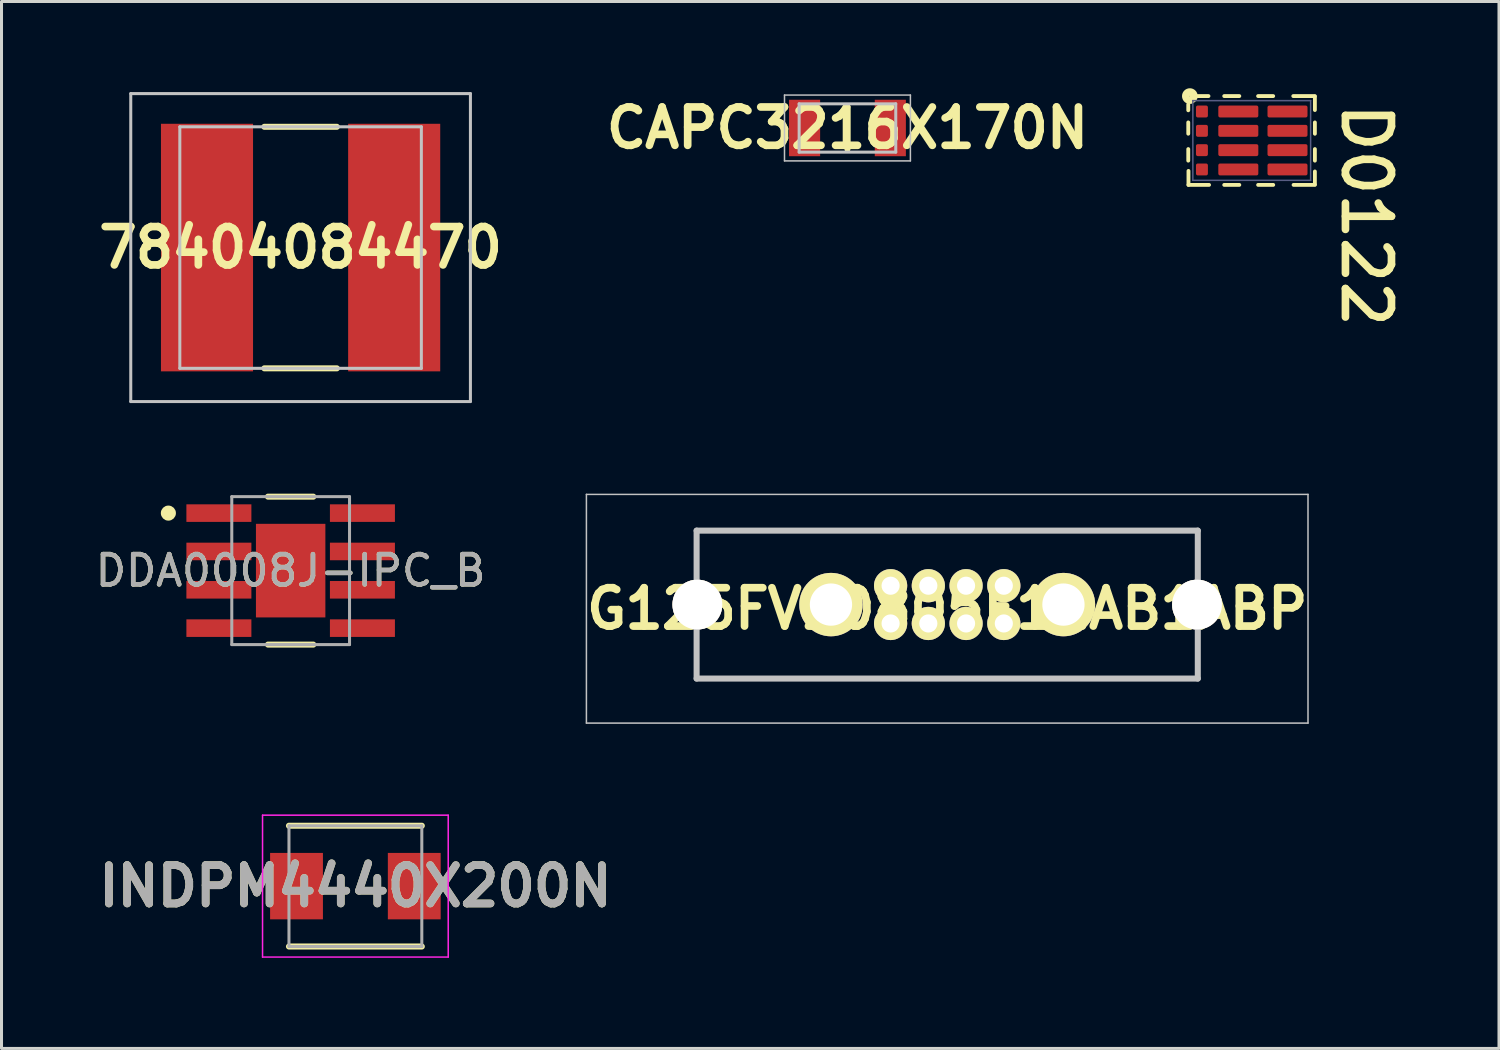
<source format=kicad_pcb>
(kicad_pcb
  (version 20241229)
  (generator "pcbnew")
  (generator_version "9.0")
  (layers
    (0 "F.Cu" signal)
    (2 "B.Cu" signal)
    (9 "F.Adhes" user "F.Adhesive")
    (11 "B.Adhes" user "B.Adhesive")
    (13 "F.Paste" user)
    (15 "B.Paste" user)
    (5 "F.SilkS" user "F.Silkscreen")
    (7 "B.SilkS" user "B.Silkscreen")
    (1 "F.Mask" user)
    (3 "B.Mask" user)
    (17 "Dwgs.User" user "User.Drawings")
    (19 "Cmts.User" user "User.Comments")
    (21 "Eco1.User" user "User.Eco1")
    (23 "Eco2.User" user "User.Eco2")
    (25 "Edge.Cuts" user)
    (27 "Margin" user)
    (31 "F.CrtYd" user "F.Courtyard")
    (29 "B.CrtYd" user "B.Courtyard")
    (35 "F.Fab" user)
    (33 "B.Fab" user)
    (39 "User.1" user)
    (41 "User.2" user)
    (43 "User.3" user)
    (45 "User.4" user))
  (footprint "DDA0008J-IPC_B"
    (layer "F.Cu")
    (at 6.577 15.85)
    (property "Reference" "DDA0008J-IPC_B" (at 0 0 0) (unlocked yes) (layer "F.SilkS") (effects (font (size 1 1) (thickness 0.15))))
    (attr smd)
    (fp_line (start -0.75 -2.45) (end 0.75 -2.45) (stroke (width 0.2) (type solid)) (layer "F.SilkS"))
    (fp_line (start -0.75 2.45) (end 0.75 2.45) (stroke (width 0.2) (type solid)) (layer "F.SilkS"))
    (fp_circle (center -4.05 -1.905) (end -3.925 -1.905) (stroke (width 0.25) (type solid)) (fill no) (layer "F.SilkS"))
    (fp_poly (pts (xy -0.668 1.068) (xy 0.668 1.068) (xy 0.668 -1.068) (xy -0.668 -1.068)) (stroke (width 0) (type solid)) (fill yes) (layer "F.Paste"))
    (fp_line (start -1.95 -2.45) (end 1.95 -2.45) (stroke (width 0.1) (type solid)) (layer "F.Fab"))
    (fp_line (start -1.95 2.45) (end -1.95 -2.45) (stroke (width 0.1) (type solid)) (layer "F.Fab"))
    (fp_line (start -1.95 2.45) (end 1.95 2.45) (stroke (width 0.1) (type solid)) (layer "F.Fab"))
    (fp_line (start 1.95 2.45) (end 1.95 -2.45) (stroke (width 0.1) (type solid)) (layer "F.Fab"))
    (fp_text user "${REFERENCE}" (at 0 0 0) (unlocked yes) (layer "F.Fab") (effects (font (size 1 1) (thickness 0.15))))
    (pad "1" smd rect (at -2.377 -1.905) (size 2.153 0.582) (layers "F.Cu" "F.Mask" "F.Paste"))
    (pad "2" smd rect (at -2.377 -0.635) (size 2.153 0.582) (layers "F.Cu" "F.Mask" "F.Paste"))
    (pad "3" smd rect (at -2.377 0.635) (size 2.153 0.582) (layers "F.Cu" "F.Mask" "F.Paste"))
    (pad "4" smd rect (at -2.377 1.905) (size 2.153 0.582) (layers "F.Cu" "F.Mask" "F.Paste"))
    (pad "5" smd rect (at 2.377 1.905) (size 2.153 0.582) (layers "F.Cu" "F.Mask" "F.Paste"))
    (pad "6" smd rect (at 2.377 0.635) (size 2.153 0.582) (layers "F.Cu" "F.Mask" "F.Paste"))
    (pad "7" smd rect (at 2.377 -0.635) (size 2.153 0.582) (layers "F.Cu" "F.Mask" "F.Paste"))
    (pad "8" smd rect (at 2.377 -1.905) (size 2.153 0.582) (layers "F.Cu" "F.Mask" "F.Paste"))
    (pad "9" smd rect (at 0 0) (size 2.3 3.1) (layers "F.Cu" "F.Mask")))
  (footprint "78404084470"
    (layer "F.Cu")
    (at 6.906 5.15)
    (property "Reference" "78404084470" (at 0 0 0) (layer "F.SilkS") (effects (font (size 1.27 1.27) (thickness 0.254))))
    (attr smd)
    (fp_line (start -5.1 0) (end -5.1 0) (stroke (width 0.1) (type solid)) (layer "F.SilkS"))
    (fp_line (start -5 0) (end -5 0) (stroke (width 0.1) (type solid)) (layer "F.SilkS"))
    (fp_line (start -1.2 -4) (end 1.2 -4) (stroke (width 0.2) (type solid)) (layer "F.SilkS"))
    (fp_line (start -1.2 4) (end 1.2 4) (stroke (width 0.2) (type solid)) (layer "F.SilkS"))
    (fp_arc (start -5.1 0) (mid -5.05 -0.05) (end -5 0) (stroke (width 0.1) (type solid)) (layer "F.SilkS"))
    (fp_arc (start -5 0) (mid -5.05 0.05) (end -5.1 0) (stroke (width 0.1) (type solid)) (layer "F.SilkS"))
    (fp_line (start -5.625 -5.1) (end 5.625 -5.1) (stroke (width 0.1) (type solid)) (layer "Dwgs.User"))
    (fp_line (start -5.625 5.1) (end -5.625 -5.1) (stroke (width 0.1) (type solid)) (layer "Dwgs.User"))
    (fp_line (start -4 -4) (end -4 4) (stroke (width 0.1) (type solid)) (layer "Dwgs.User"))
    (fp_line (start -4 4) (end 4 4) (stroke (width 0.1) (type solid)) (layer "Dwgs.User"))
    (fp_line (start 4 -4) (end -4 -4) (stroke (width 0.1) (type solid)) (layer "Dwgs.User"))
    (fp_line (start 4 4) (end 4 -4) (stroke (width 0.1) (type solid)) (layer "Dwgs.User"))
    (fp_line (start 5.625 -5.1) (end 5.625 5.1) (stroke (width 0.1) (type solid)) (layer "Dwgs.User"))
    (fp_line (start 5.625 5.1) (end -5.625 5.1) (stroke (width 0.1) (type solid)) (layer "Dwgs.User"))
    (pad "1" smd rect (at -3.1 0) (size 3.05 8.2) (layers "F.Cu" "F.Mask" "F.Paste"))
    (pad "2" smd rect (at 3.1 0) (size 3.05 8.2) (layers "F.Cu" "F.Mask" "F.Paste")))
  (footprint "D0122"
    (layer "F.Cu")
    (at 38.177 1.603)
    (property "Reference" "D0122" (at 3.137 -1.359 270) (unlocked yes) (layer "F.SilkS") (effects (font (size 1.524 1.524) (thickness 0.254)) (justify left bottom)))
    (attr smd)
    (fp_poly (pts (xy -1.312 -0.855) (xy -1.312 -1.065) (xy -1.522 -1.065) (xy -1.522 -0.855)) (stroke (width 0.09) (type solid)) (fill yes) (layer "F.Mask"))
    (fp_poly (pts (xy -1.312 -0.215) (xy -1.312 -0.425) (xy -1.522 -0.425) (xy -1.522 -0.215)) (stroke (width 0.09) (type solid)) (fill yes) (layer "F.Mask"))
    (fp_poly (pts (xy -1.312 0.425) (xy -1.312 0.215) (xy -1.522 0.215) (xy -1.522 0.425)) (stroke (width 0.09) (type solid)) (fill yes) (layer "F.Mask"))
    (fp_poly (pts (xy -1.312 1.065) (xy -1.312 0.855) (xy -1.522 0.855) (xy -1.522 1.065)) (stroke (width 0.09) (type solid)) (fill yes) (layer "F.Mask"))
    (fp_poly (pts (xy 0.357 -0.855) (xy 0.357 -1.065) (xy -0.782 -1.065) (xy -0.782 -0.855)) (stroke (width 0.09) (type solid)) (fill yes) (layer "F.Mask"))
    (fp_poly (pts (xy 0.357 -0.215) (xy 0.357 -0.425) (xy -0.782 -0.425) (xy -0.782 -0.215)) (stroke (width 0.09) (type solid)) (fill yes) (layer "F.Mask"))
    (fp_poly (pts (xy 0.357 0.425) (xy 0.357 0.215) (xy -0.782 0.215) (xy -0.782 0.425)) (stroke (width 0.09) (type solid)) (fill yes) (layer "F.Mask"))
    (fp_poly (pts (xy 0.357 1.065) (xy 0.357 0.855) (xy -0.782 0.855) (xy -0.782 1.065)) (stroke (width 0.09) (type solid)) (fill yes) (layer "F.Mask"))
    (fp_poly (pts (xy 1.988 -0.855) (xy 1.988 -1.065) (xy 0.848 -1.065) (xy 0.848 -0.855)) (stroke (width 0.09) (type solid)) (fill yes) (layer "F.Mask"))
    (fp_poly (pts (xy 1.988 -0.215) (xy 1.988 -0.425) (xy 0.848 -0.425) (xy 0.848 -0.215)) (stroke (width 0.09) (type solid)) (fill yes) (layer "F.Mask"))
    (fp_poly (pts (xy 1.988 0.425) (xy 1.988 0.215) (xy 0.848 0.215) (xy 0.848 0.425)) (stroke (width 0.09) (type solid)) (fill yes) (layer "F.Mask"))
    (fp_poly (pts (xy 1.988 1.065) (xy 1.988 0.855) (xy 0.848 0.855) (xy 0.848 1.065)) (stroke (width 0.09) (type solid)) (fill yes) (layer "F.Mask"))
    (fp_line (start -1.87 -0.599) (end -1.87 -0.224) (stroke (width 0.127) (type solid)) (layer "F.SilkS"))
    (fp_line (start -1.87 -1.195) (end -1.87 -1) (stroke (width 0.127) (type solid)) (layer "F.SilkS"))
    (fp_line (start -1.87 0.284) (end -1.87 0.668) (stroke (width 0.127) (type solid)) (layer "F.SilkS"))
    (fp_line (start -1.863 1.008) (end -1.863 1.471) (stroke (width 0.127) (type solid)) (layer "F.SilkS"))
    (fp_line (start -1.863 1.471) (end -1.181 1.471) (stroke (width 0.127) (type solid)) (layer "F.SilkS"))
    (fp_line (start -1.566 -1.471) (end -1.2 -1.471) (stroke (width 0.127) (type solid)) (layer "F.SilkS"))
    (fp_line (start -0.679 -1.471) (end -0.179 -1.471) (stroke (width 0.127) (type solid)) (layer "F.SilkS"))
    (fp_line (start -0.679 1.471) (end -0.179 1.471) (stroke (width 0.127) (type solid)) (layer "F.SilkS"))
    (fp_line (start 0.443 -1.471) (end 0.943 -1.471) (stroke (width 0.127) (type solid)) (layer "F.SilkS"))
    (fp_line (start 0.444 1.471) (end 0.944 1.471) (stroke (width 0.127) (type solid)) (layer "F.SilkS"))
    (fp_line (start 1.608 -1.471) (end 2.324 -1.471) (stroke (width 0.127) (type solid)) (layer "F.SilkS"))
    (fp_line (start 1.618 1.471) (end 2.324 1.471) (stroke (width 0.127) (type solid)) (layer "F.SilkS"))
    (fp_line (start 2.324 -1.451) (end 2.324 -1.008) (stroke (width 0.127) (type solid)) (layer "F.SilkS"))
    (fp_line (start 2.324 -0.598) (end 2.324 -0.223) (stroke (width 0.127) (type solid)) (layer "F.SilkS"))
    (fp_line (start 2.324 0.284) (end 2.324 0.668) (stroke (width 0.127) (type solid)) (layer "F.SilkS"))
    (fp_line (start 2.324 1.026) (end 2.324 1.451) (stroke (width 0.127) (type solid)) (layer "F.SilkS"))
    (fp_circle (center -1.817 -1.47) (end -1.811 -1.47) (stroke (width 0.254) (type solid)) (fill no) (layer "F.SilkS"))
    (fp_poly (pts (xy -1.312 -0.855) (xy -1.312 -1.065) (xy -1.522 -1.065) (xy -1.522 -0.855)) (stroke (width 0.09) (type solid)) (fill yes) (layer "F.Paste"))
    (fp_poly (pts (xy -1.312 -0.215) (xy -1.312 -0.425) (xy -1.522 -0.425) (xy -1.522 -0.215)) (stroke (width 0.09) (type solid)) (fill yes) (layer "F.Paste"))
    (fp_poly (pts (xy -1.312 0.425) (xy -1.312 0.215) (xy -1.522 0.215) (xy -1.522 0.425)) (stroke (width 0.09) (type solid)) (fill yes) (layer "F.Paste"))
    (fp_poly (pts (xy -1.312 1.065) (xy -1.312 0.855) (xy -1.522 0.855) (xy -1.522 1.065)) (stroke (width 0.09) (type solid)) (fill yes) (layer "F.Paste"))
    (fp_poly (pts (xy 0.357 -0.855) (xy 0.357 -1.065) (xy -0.782 -1.065) (xy -0.782 -0.855)) (stroke (width 0.09) (type solid)) (fill yes) (layer "F.Paste"))
    (fp_poly (pts (xy 0.357 -0.215) (xy 0.357 -0.425) (xy -0.782 -0.425) (xy -0.782 -0.215)) (stroke (width 0.09) (type solid)) (fill yes) (layer "F.Paste"))
    (fp_poly (pts (xy 0.357 0.425) (xy 0.357 0.215) (xy -0.782 0.215) (xy -0.782 0.425)) (stroke (width 0.09) (type solid)) (fill yes) (layer "F.Paste"))
    (fp_poly (pts (xy 0.357 1.065) (xy 0.357 0.855) (xy -0.782 0.855) (xy -0.782 1.065)) (stroke (width 0.09) (type solid)) (fill yes) (layer "F.Paste"))
    (fp_poly (pts (xy 1.988 -0.855) (xy 1.988 -1.065) (xy 0.848 -1.065) (xy 0.848 -0.855)) (stroke (width 0.09) (type solid)) (fill yes) (layer "F.Paste"))
    (fp_poly (pts (xy 1.988 -0.215) (xy 1.988 -0.425) (xy 0.848 -0.425) (xy 0.848 -0.215)) (stroke (width 0.09) (type solid)) (fill yes) (layer "F.Paste"))
    (fp_poly (pts (xy 1.988 0.425) (xy 1.988 0.215) (xy 0.848 0.215) (xy 0.848 0.425)) (stroke (width 0.09) (type solid)) (fill yes) (layer "F.Paste"))
    (fp_poly (pts (xy 1.988 1.065) (xy 1.988 0.855) (xy 0.848 0.855) (xy 0.848 1.065)) (stroke (width 0.09) (type solid)) (fill yes) (layer "F.Paste"))
    (fp_line (start -1.718 -1.32) (end -1.718 1.32) (stroke (width 0.05) (type solid)) (layer "B.Fab"))
    (fp_line (start -1.718 -1.32) (end 2.183 -1.32) (stroke (width 0.05) (type solid)) (layer "B.Fab"))
    (fp_line (start -1.718 1.32) (end 2.183 1.32) (stroke (width 0.05) (type solid)) (layer "B.Fab"))
    (fp_line (start 2.183 -1.32) (end 2.183 1.32) (stroke (width 0.05) (type solid)) (layer "B.Fab"))
    (pad "1" smd roundrect (at -1.417 -0.96) (size 0.395 0.395) (layers "F.Cu" "F.Mask" "F.Paste") (roundrect_rratio 0.15))
    (pad "2" smd roundrect (at -1.417 -0.32) (size 0.395 0.395) (layers "F.Cu" "F.Mask" "F.Paste") (roundrect_rratio 0.15))
    (pad "3" smd roundrect (at -1.417 0.32) (size 0.395 0.395) (layers "F.Cu" "F.Mask" "F.Paste") (roundrect_rratio 0.15))
    (pad "4" smd roundrect (at -1.417 0.96) (size 0.395 0.395) (layers "F.Cu" "F.Mask" "F.Paste") (roundrect_rratio 0.15))
    (pad "5" smd roundrect (at -0.212 -0.96 180) (size 1.325 0.395) (layers "F.Cu" "F.Mask" "F.Paste") (roundrect_rratio 0.15))
    (pad "6" smd roundrect (at -0.212 -0.32 180) (size 1.325 0.395) (layers "F.Cu" "F.Mask" "F.Paste") (roundrect_rratio 0.15))
    (pad "7" smd roundrect (at -0.212 0.32 180) (size 1.325 0.395) (layers "F.Cu" "F.Mask" "F.Paste") (roundrect_rratio 0.15))
    (pad "8" smd roundrect (at -0.212 0.96 180) (size 1.325 0.395) (layers "F.Cu" "F.Mask" "F.Paste") (roundrect_rratio 0.15))
    (pad "9" smd roundrect (at 1.417 -0.96 180) (size 1.325 0.395) (layers "F.Cu" "F.Mask" "F.Paste") (roundrect_rratio 0.15))
    (pad "10" smd roundrect (at 1.417 -0.32 180) (size 1.325 0.395) (layers "F.Cu" "F.Mask" "F.Paste") (roundrect_rratio 0.15))
    (pad "11" smd roundrect (at 1.417 0.32 180) (size 1.325 0.395) (layers "F.Cu" "F.Mask" "F.Paste") (roundrect_rratio 0.15))
    (pad "12" smd roundrect (at 1.417 0.96 180) (size 1.325 0.395) (layers "F.Cu" "F.Mask" "F.Paste") (roundrect_rratio 0.15)))
  (footprint "G125FV10805F11AB1ABP"
    (layer "F.Cu")
    (at 26.448 16.35)
    (property "Reference" "G125FV10805F11AB1ABP" (at 1.875 0.762 0) (layer "F.SilkS") (effects (font (size 1.27 1.27) (thickness 0.254))))
    (attr through_hole exclude_from_pos_files)
    (fp_line (start -6.425 -1.825) (end 10.175 -1.825) (stroke (width 0.1) (type solid)) (layer "F.SilkS"))
    (fp_line (start -6.425 3.075) (end -6.425 -1.825) (stroke (width 0.1) (type solid)) (layer "F.SilkS"))
    (fp_line (start 10.175 -1.825) (end 10.175 3.075) (stroke (width 0.1) (type solid)) (layer "F.SilkS"))
    (fp_line (start 10.175 3.075) (end -6.425 3.075) (stroke (width 0.1) (type solid)) (layer "F.SilkS"))
    (fp_line (start -10.075 -3.025) (end 13.825 -3.025) (stroke (width 0.05) (type solid)) (layer "Dwgs.User"))
    (fp_line (start -10.075 4.55) (end -10.075 -3.025) (stroke (width 0.05) (type solid)) (layer "Dwgs.User"))
    (fp_line (start -6.425 -1.825) (end 10.175 -1.825) (stroke (width 0.2) (type solid)) (layer "Dwgs.User"))
    (fp_line (start -6.425 3.075) (end -6.425 -1.825) (stroke (width 0.2) (type solid)) (layer "Dwgs.User"))
    (fp_line (start 10.175 -1.825) (end 10.175 3.075) (stroke (width 0.2) (type solid)) (layer "Dwgs.User"))
    (fp_line (start 10.175 3.075) (end -6.425 3.075) (stroke (width 0.2) (type solid)) (layer "Dwgs.User"))
    (fp_line (start 13.825 -3.025) (end 13.825 4.55) (stroke (width 0.05) (type solid)) (layer "Dwgs.User"))
    (fp_line (start 13.825 4.55) (end -10.075 4.55) (stroke (width 0.05) (type solid)) (layer "Dwgs.User"))
    (pad "1" thru_hole circle (at 0 0 90) (size 1.1 1.1) (drill 0.6) (layers "*.Cu" "*.Mask" "F.SilkS"))
    (pad "2" thru_hole circle (at 1.25 0 90) (size 1.1 1.1) (drill 0.6) (layers "*.Cu" "*.Mask" "F.SilkS"))
    (pad "3" thru_hole circle (at 2.5 0 90) (size 1.1 1.1) (drill 0.6) (layers "*.Cu" "*.Mask" "F.SilkS"))
    (pad "4" thru_hole circle (at 3.75 0 90) (size 1.1 1.1) (drill 0.6) (layers "*.Cu" "*.Mask" "F.SilkS"))
    (pad "5" thru_hole circle (at 0 1.25 90) (size 1.1 1.1) (drill 0.6) (layers "*.Cu" "*.Mask" "F.SilkS"))
    (pad "6" thru_hole circle (at 1.25 1.25 90) (size 1.1 1.1) (drill 0.6) (layers "*.Cu" "*.Mask" "F.SilkS"))
    (pad "7" thru_hole circle (at 2.5 1.25 90) (size 1.1 1.1) (drill 0.6) (layers "*.Cu" "*.Mask" "F.SilkS"))
    (pad "8" thru_hole circle (at 3.75 1.25 90) (size 1.1 1.1) (drill 0.6) (layers "*.Cu" "*.Mask" "F.SilkS"))
    (pad "A1" thru_hole circle (at -1.975 0.625 90) (size 2.1 2.1) (drill 1.4) (layers "*.Cu" "*.Mask" "F.SilkS"))
    (pad "B1" thru_hole circle (at 5.725 0.625 90) (size 2.1 2.1) (drill 1.4) (layers "*.Cu" "*.Mask" "F.SilkS"))
    (pad "MH1" thru_hole circle (at -6.4 0.625 90) (size 1.65 1.65) (drill 3.3) (layers "*.Cu" "*.Mask" "F.SilkS"))
    (pad "MH2" thru_hole circle (at 10.15 0.625 90) (size 1.65 1.65) (drill 3.3) (layers "*.Cu" "*.Mask" "F.SilkS")))
  (footprint "INDPM4440X200N"
    (layer "F.Cu")
    (at 8.721 26.3)
    (property "Reference" "INDPM4440X200N" (at 0 0 0) (layer "F.SilkS") (effects (font (size 1.27 1.27) (thickness 0.254))))
    (attr smd)
    (fp_line (start -2.2 2) (end 2.2 2) (stroke (width 0.2) (type solid)) (layer "F.SilkS"))
    (fp_line (start 2.2 -2) (end -2.2 -2) (stroke (width 0.2) (type solid)) (layer "F.SilkS"))
    (fp_line (start -3.075 -2.35) (end 3.075 -2.35) (stroke (width 0.05) (type solid)) (layer "F.CrtYd"))
    (fp_line (start -3.075 2.35) (end -3.075 -2.35) (stroke (width 0.05) (type solid)) (layer "F.CrtYd"))
    (fp_line (start 3.075 -2.35) (end 3.075 2.35) (stroke (width 0.05) (type solid)) (layer "F.CrtYd"))
    (fp_line (start 3.075 2.35) (end -3.075 2.35) (stroke (width 0.05) (type solid)) (layer "F.CrtYd"))
    (fp_line (start -2.2 -2) (end 2.2 -2) (stroke (width 0.1) (type solid)) (layer "F.Fab"))
    (fp_line (start -2.2 2) (end -2.2 -2) (stroke (width 0.1) (type solid)) (layer "F.Fab"))
    (fp_line (start 2.2 -2) (end 2.2 2) (stroke (width 0.1) (type solid)) (layer "F.Fab"))
    (fp_line (start 2.2 2) (end -2.2 2) (stroke (width 0.1) (type solid)) (layer "F.Fab"))
    (fp_text user "${REFERENCE}" (at 0 0 0) (layer "F.Fab") (effects (font (size 1.27 1.27) (thickness 0.254))))
    (pad "1" smd rect (at -1.95 0) (size 1.75 2.2) (layers "F.Cu" "F.Mask" "F.Paste"))
    (pad "2" smd rect (at 1.95 0) (size 1.75 2.2) (layers "F.Cu" "F.Mask" "F.Paste")))
  (footprint "CAPC3216X170N"
    (layer "F.Cu")
    (at 25.019 1.189)
    (property "Reference" "CAPC3216X170N" (at 0 0 0) (layer "F.SilkS") (effects (font (size 1.27 1.27) (thickness 0.254))))
    (attr smd)
    (fp_line (start 0 -0.7) (end 0 0.7) (stroke (width 0.2) (type solid)) (layer "F.SilkS"))
    (fp_line (start -2.085 -1.09) (end 2.085 -1.09) (stroke (width 0.05) (type solid)) (layer "Dwgs.User"))
    (fp_line (start -2.085 1.09) (end -2.085 -1.09) (stroke (width 0.05) (type solid)) (layer "Dwgs.User"))
    (fp_line (start -1.6 -0.8) (end 1.6 -0.8) (stroke (width 0.1) (type solid)) (layer "Dwgs.User"))
    (fp_line (start -1.6 0.8) (end -1.6 -0.8) (stroke (width 0.1) (type solid)) (layer "Dwgs.User"))
    (fp_line (start 1.6 -0.8) (end 1.6 0.8) (stroke (width 0.1) (type solid)) (layer "Dwgs.User"))
    (fp_line (start 1.6 0.8) (end -1.6 0.8) (stroke (width 0.1) (type solid)) (layer "Dwgs.User"))
    (fp_line (start 2.085 -1.09) (end 2.085 1.09) (stroke (width 0.05) (type solid)) (layer "Dwgs.User"))
    (fp_line (start 2.085 1.09) (end -2.085 1.09) (stroke (width 0.05) (type solid)) (layer "Dwgs.User"))
    (pad "1" smd rect (at -1.42 0) (size 1.03 1.87) (layers "F.Cu" "F.Mask" "F.Paste"))
    (pad "2" smd rect (at 1.42 0) (size 1.03 1.87) (layers "F.Cu" "F.Mask" "F.Paste")))
  (gr_rect
    (start -3 -3)
    (end 46.599 31.675)
    (stroke (width 0.1) (type default))
    (fill no)
    (layer "Edge.Cuts")))
</source>
